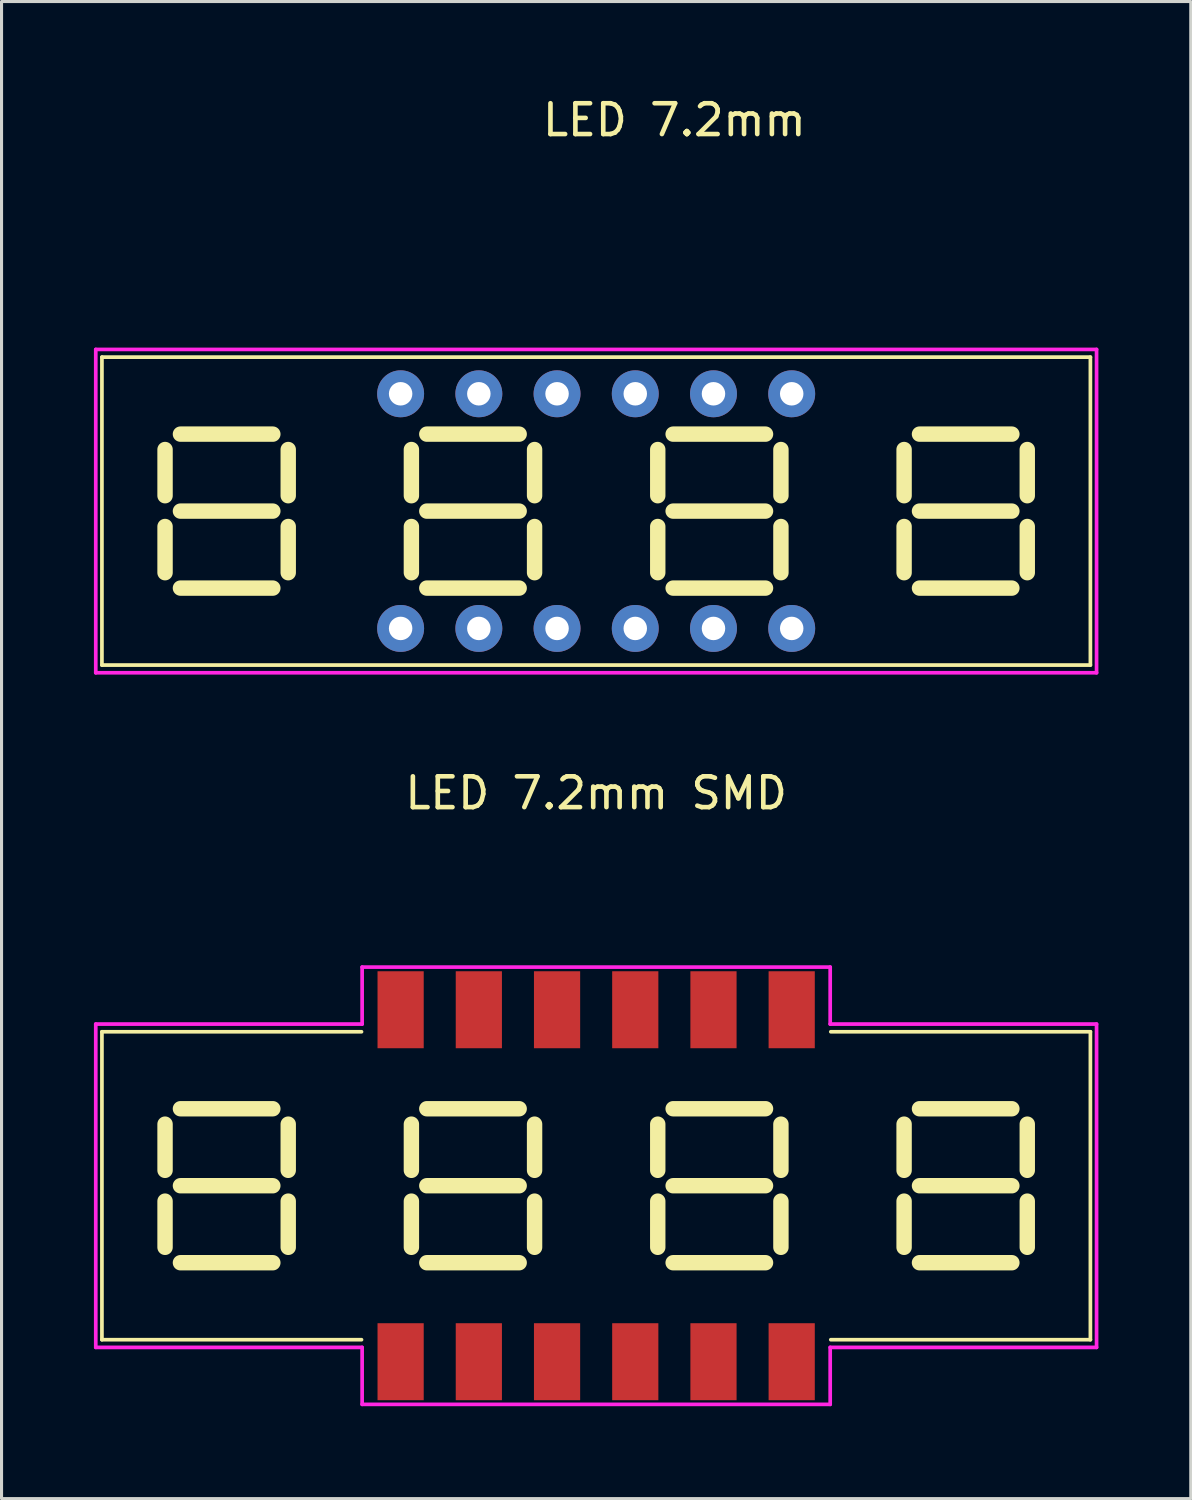
<source format=kicad_pcb>
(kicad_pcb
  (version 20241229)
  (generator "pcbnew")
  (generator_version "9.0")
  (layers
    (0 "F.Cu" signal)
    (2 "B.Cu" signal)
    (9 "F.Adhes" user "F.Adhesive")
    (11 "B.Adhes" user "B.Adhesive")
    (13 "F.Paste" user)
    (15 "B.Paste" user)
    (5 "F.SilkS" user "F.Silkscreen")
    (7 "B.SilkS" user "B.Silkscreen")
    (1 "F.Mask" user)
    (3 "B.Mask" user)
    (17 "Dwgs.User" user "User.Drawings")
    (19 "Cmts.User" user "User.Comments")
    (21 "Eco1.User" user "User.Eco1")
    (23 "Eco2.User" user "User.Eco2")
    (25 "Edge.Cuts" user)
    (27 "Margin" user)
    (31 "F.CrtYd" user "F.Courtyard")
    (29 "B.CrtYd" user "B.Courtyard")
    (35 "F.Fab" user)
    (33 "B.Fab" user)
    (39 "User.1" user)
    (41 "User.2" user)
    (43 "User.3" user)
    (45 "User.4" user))
  (footprint "LED 7.2mm"
    (layer "F.Cu")
    (at 16.31 13.548)
    (property "Reference" "LED 7.2mm" (at 2.54 -12.7 0) (unlocked yes) (layer "F.SilkS") (effects (font (size 1 1) (thickness 0.15))))
    (attr through_hole)
    (fp_line (start -16.05 -5) (end 16.05 -5) (stroke (width 0.12) (type solid)) (layer "F.SilkS"))
    (fp_line (start -16.05 5) (end -16.05 -5) (stroke (width 0.12) (type solid)) (layer "F.SilkS"))
    (fp_line (start -14 -2) (end -14 -0.5) (stroke (width 0.5) (type solid)) (layer "F.SilkS"))
    (fp_line (start -14 0.5) (end -14 2) (stroke (width 0.5) (type solid)) (layer "F.SilkS"))
    (fp_line (start -13.5 -2.5) (end -10.5 -2.5) (stroke (width 0.5) (type solid)) (layer "F.SilkS"))
    (fp_line (start -13.5 0) (end -10.5 0) (stroke (width 0.5) (type solid)) (layer "F.SilkS"))
    (fp_line (start -13.5 2.5) (end -10.5 2.5) (stroke (width 0.5) (type solid)) (layer "F.SilkS"))
    (fp_line (start -10 -2) (end -10 -0.5) (stroke (width 0.5) (type solid)) (layer "F.SilkS"))
    (fp_line (start -10 0.5) (end -10 2) (stroke (width 0.5) (type solid)) (layer "F.SilkS"))
    (fp_line (start -6 -2) (end -6 -0.5) (stroke (width 0.5) (type solid)) (layer "F.SilkS"))
    (fp_line (start -6 0.5) (end -6 2) (stroke (width 0.5) (type solid)) (layer "F.SilkS"))
    (fp_line (start -5.5 -2.5) (end -2.5 -2.5) (stroke (width 0.5) (type solid)) (layer "F.SilkS"))
    (fp_line (start -5.5 0) (end -2.5 0) (stroke (width 0.5) (type solid)) (layer "F.SilkS"))
    (fp_line (start -5.5 2.5) (end -2.5 2.5) (stroke (width 0.5) (type solid)) (layer "F.SilkS"))
    (fp_line (start -2 -2) (end -2 -0.5) (stroke (width 0.5) (type solid)) (layer "F.SilkS"))
    (fp_line (start -2 0.5) (end -2 2) (stroke (width 0.5) (type solid)) (layer "F.SilkS"))
    (fp_line (start 2 -2) (end 2 -0.5) (stroke (width 0.5) (type solid)) (layer "F.SilkS"))
    (fp_line (start 2 0.5) (end 2 2) (stroke (width 0.5) (type solid)) (layer "F.SilkS"))
    (fp_line (start 2.5 -2.5) (end 5.5 -2.5) (stroke (width 0.5) (type solid)) (layer "F.SilkS"))
    (fp_line (start 2.5 0) (end 5.5 0) (stroke (width 0.5) (type solid)) (layer "F.SilkS"))
    (fp_line (start 2.5 2.5) (end 5.5 2.5) (stroke (width 0.5) (type solid)) (layer "F.SilkS"))
    (fp_line (start 6 -2) (end 6 -0.5) (stroke (width 0.5) (type solid)) (layer "F.SilkS"))
    (fp_line (start 6 0.5) (end 6 2) (stroke (width 0.5) (type solid)) (layer "F.SilkS"))
    (fp_line (start 10 -2) (end 10 -0.5) (stroke (width 0.5) (type solid)) (layer "F.SilkS"))
    (fp_line (start 10 0.5) (end 10 2) (stroke (width 0.5) (type solid)) (layer "F.SilkS"))
    (fp_line (start 10.5 -2.5) (end 13.5 -2.5) (stroke (width 0.5) (type solid)) (layer "F.SilkS"))
    (fp_line (start 10.5 0) (end 13.5 0) (stroke (width 0.5) (type solid)) (layer "F.SilkS"))
    (fp_line (start 10.5 2.5) (end 13.5 2.5) (stroke (width 0.5) (type solid)) (layer "F.SilkS"))
    (fp_line (start 14 -2) (end 14 -0.5) (stroke (width 0.5) (type solid)) (layer "F.SilkS"))
    (fp_line (start 14 0.5) (end 14 2) (stroke (width 0.5) (type solid)) (layer "F.SilkS"))
    (fp_line (start 16.05 -5) (end 16.05 5) (stroke (width 0.12) (type solid)) (layer "F.SilkS"))
    (fp_line (start 16.05 5) (end -16.05 5) (stroke (width 0.12) (type solid)) (layer "F.SilkS"))
    (fp_line (start -16.25 -5.25) (end -16.25 5.25) (stroke (width 0.12) (type solid)) (layer "F.CrtYd"))
    (fp_line (start -16.25 5.25) (end 16.25 5.25) (stroke (width 0.12) (type solid)) (layer "F.CrtYd"))
    (fp_line (start 16.25 -5.25) (end -16.25 -5.25) (stroke (width 0.12) (type solid)) (layer "F.CrtYd"))
    (fp_line (start 16.25 5.25) (end 16.25 -5.25) (stroke (width 0.12) (type solid)) (layer "F.CrtYd"))
    (fp_line (start -8.05 -5) (end -8.05 5) (stroke (width 0.12) (type solid)) (layer "User.2"))
    (fp_line (start 0 -5) (end 0 5) (stroke (width 0.12) (type solid)) (layer "User.2"))
    (fp_line (start 8.05 -5) (end 8.05 5) (stroke (width 0.12) (type solid)) (layer "User.2"))
    (pad "1" thru_hole circle (at -6.35 3.81) (size 1.524 1.524) (drill 0.762) (layers "*.Cu" "*.Mask"))
    (pad "2" thru_hole circle (at -3.81 3.81) (size 1.524 1.524) (drill 0.762) (layers "*.Cu" "*.Mask"))
    (pad "3" thru_hole circle (at -1.27 3.81) (size 1.524 1.524) (drill 0.762) (layers "*.Cu" "*.Mask"))
    (pad "4" thru_hole circle (at 1.27 3.81) (size 1.524 1.524) (drill 0.762) (layers "*.Cu" "*.Mask"))
    (pad "5" thru_hole circle (at 3.81 3.81) (size 1.524 1.524) (drill 0.762) (layers "*.Cu" "*.Mask"))
    (pad "6" thru_hole circle (at 6.35 3.81) (size 1.524 1.524) (drill 0.762) (layers "*.Cu" "*.Mask"))
    (pad "7" thru_hole circle (at 6.35 -3.81) (size 1.524 1.524) (drill 0.762) (layers "*.Cu" "*.Mask"))
    (pad "8" thru_hole circle (at 3.81 -3.81) (size 1.524 1.524) (drill 0.762) (layers "*.Cu" "*.Mask"))
    (pad "9" thru_hole circle (at 1.27 -3.81) (size 1.524 1.524) (drill 0.762) (layers "*.Cu" "*.Mask"))
    (pad "10" thru_hole circle (at -1.27 -3.81) (size 1.524 1.524) (drill 0.762) (layers "*.Cu" "*.Mask"))
    (pad "11" thru_hole circle (at -3.81 -3.81) (size 1.524 1.524) (drill 0.762) (layers "*.Cu" "*.Mask"))
    (pad "12" thru_hole circle (at -6.35 -3.81) (size 1.524 1.524) (drill 0.762) (layers "*.Cu" "*.Mask")))
  (footprint "LED 7.2mm SMD"
    (layer "F.Cu")
    (at 16.31 35.456)
    (property "Reference" "LED 7.2mm SMD" (at 0 -12.75 0) (unlocked yes) (layer "F.SilkS") (effects (font (size 1 1) (thickness 0.15))))
    (attr smd)
    (fp_line (start -16.05 5) (end -16.05 -5) (stroke (width 0.12) (type solid)) (layer "F.SilkS"))
    (fp_line (start -14 -2) (end -14 -0.5) (stroke (width 0.5) (type solid)) (layer "F.SilkS"))
    (fp_line (start -14 0.5) (end -14 2) (stroke (width 0.5) (type solid)) (layer "F.SilkS"))
    (fp_line (start -13.5 -2.5) (end -10.5 -2.5) (stroke (width 0.5) (type solid)) (layer "F.SilkS"))
    (fp_line (start -13.5 0) (end -10.5 0) (stroke (width 0.5) (type solid)) (layer "F.SilkS"))
    (fp_line (start -13.5 2.5) (end -10.5 2.5) (stroke (width 0.5) (type solid)) (layer "F.SilkS"))
    (fp_line (start -10 -2) (end -10 -0.5) (stroke (width 0.5) (type solid)) (layer "F.SilkS"))
    (fp_line (start -10 0.5) (end -10 2) (stroke (width 0.5) (type solid)) (layer "F.SilkS"))
    (fp_line (start -7.62 -5) (end -16.05 -5) (stroke (width 0.12) (type solid)) (layer "F.SilkS"))
    (fp_line (start -7.62 5) (end -16.05 5) (stroke (width 0.12) (type solid)) (layer "F.SilkS"))
    (fp_line (start -6 -2) (end -6 -0.5) (stroke (width 0.5) (type solid)) (layer "F.SilkS"))
    (fp_line (start -6 0.5) (end -6 2) (stroke (width 0.5) (type solid)) (layer "F.SilkS"))
    (fp_line (start -5.5 -2.5) (end -2.5 -2.5) (stroke (width 0.5) (type solid)) (layer "F.SilkS"))
    (fp_line (start -5.5 0) (end -2.5 0) (stroke (width 0.5) (type solid)) (layer "F.SilkS"))
    (fp_line (start -5.5 2.5) (end -2.5 2.5) (stroke (width 0.5) (type solid)) (layer "F.SilkS"))
    (fp_line (start -2 -2) (end -2 -0.5) (stroke (width 0.5) (type solid)) (layer "F.SilkS"))
    (fp_line (start -2 0.5) (end -2 2) (stroke (width 0.5) (type solid)) (layer "F.SilkS"))
    (fp_line (start 2 -2) (end 2 -0.5) (stroke (width 0.5) (type solid)) (layer "F.SilkS"))
    (fp_line (start 2 0.5) (end 2 2) (stroke (width 0.5) (type solid)) (layer "F.SilkS"))
    (fp_line (start 2.5 -2.5) (end 5.5 -2.5) (stroke (width 0.5) (type solid)) (layer "F.SilkS"))
    (fp_line (start 2.5 0) (end 5.5 0) (stroke (width 0.5) (type solid)) (layer "F.SilkS"))
    (fp_line (start 2.5 2.5) (end 5.5 2.5) (stroke (width 0.5) (type solid)) (layer "F.SilkS"))
    (fp_line (start 6 -2) (end 6 -0.5) (stroke (width 0.5) (type solid)) (layer "F.SilkS"))
    (fp_line (start 6 0.5) (end 6 2) (stroke (width 0.5) (type solid)) (layer "F.SilkS"))
    (fp_line (start 7.62 -5) (end 16.05 -5) (stroke (width 0.12) (type solid)) (layer "F.SilkS"))
    (fp_line (start 7.62 5) (end 16.05 5) (stroke (width 0.12) (type solid)) (layer "F.SilkS"))
    (fp_line (start 10 -2) (end 10 -0.5) (stroke (width 0.5) (type solid)) (layer "F.SilkS"))
    (fp_line (start 10 0.5) (end 10 2) (stroke (width 0.5) (type solid)) (layer "F.SilkS"))
    (fp_line (start 10.5 -2.5) (end 13.5 -2.5) (stroke (width 0.5) (type solid)) (layer "F.SilkS"))
    (fp_line (start 10.5 0) (end 13.5 0) (stroke (width 0.5) (type solid)) (layer "F.SilkS"))
    (fp_line (start 10.5 2.5) (end 13.5 2.5) (stroke (width 0.5) (type solid)) (layer "F.SilkS"))
    (fp_line (start 14 -2) (end 14 -0.5) (stroke (width 0.5) (type solid)) (layer "F.SilkS"))
    (fp_line (start 14 0.5) (end 14 2) (stroke (width 0.5) (type solid)) (layer "F.SilkS"))
    (fp_line (start 16.05 -5) (end 16.05 5) (stroke (width 0.12) (type solid)) (layer "F.SilkS"))
    (fp_line (start -16.25 -5.25) (end -16.25 5.25) (stroke (width 0.12) (type solid)) (layer "F.CrtYd"))
    (fp_line (start -16.25 5.25) (end -7.6 5.25) (stroke (width 0.12) (type solid)) (layer "F.CrtYd"))
    (fp_line (start -7.6 -7.1) (end 7.6 -7.1) (stroke (width 0.12) (type solid)) (layer "F.CrtYd"))
    (fp_line (start -7.6 -5.25) (end -16.25 -5.25) (stroke (width 0.12) (type solid)) (layer "F.CrtYd"))
    (fp_line (start -7.6 -5.25) (end -7.6 -7.1) (stroke (width 0.12) (type solid)) (layer "F.CrtYd"))
    (fp_line (start -7.6 7.1) (end -7.6 5.25) (stroke (width 0.12) (type solid)) (layer "F.CrtYd"))
    (fp_line (start 7.6 -7.1) (end 7.6 -5.25) (stroke (width 0.12) (type solid)) (layer "F.CrtYd"))
    (fp_line (start 7.6 5.25) (end 7.6 7.1) (stroke (width 0.12) (type solid)) (layer "F.CrtYd"))
    (fp_line (start 7.6 5.25) (end 16.25 5.25) (stroke (width 0.12) (type solid)) (layer "F.CrtYd"))
    (fp_line (start 7.6 7.1) (end -7.6 7.1) (stroke (width 0.12) (type solid)) (layer "F.CrtYd"))
    (fp_line (start 16.25 -5.25) (end 7.6 -5.25) (stroke (width 0.12) (type solid)) (layer "F.CrtYd"))
    (fp_line (start 16.25 5.25) (end 16.25 -5.25) (stroke (width 0.12) (type solid)) (layer "F.CrtYd"))
    (fp_line (start -8.05 -5) (end -8.05 5) (stroke (width 0.12) (type solid)) (layer "User.2"))
    (fp_line (start 0 -5) (end 0 5) (stroke (width 0.12) (type solid)) (layer "User.2"))
    (fp_line (start 8.05 -5) (end 8.05 5) (stroke (width 0.12) (type solid)) (layer "User.2"))
    (pad "1" smd rect (at -6.35 5.715) (size 1.5 2.5) (layers "F.Cu" "F.Mask" "F.Paste"))
    (pad "2" smd rect (at -3.81 5.715) (size 1.5 2.5) (layers "F.Cu" "F.Mask" "F.Paste"))
    (pad "3" smd rect (at -1.27 5.715) (size 1.5 2.5) (layers "F.Cu" "F.Mask" "F.Paste"))
    (pad "4" smd rect (at 1.27 5.715) (size 1.5 2.5) (layers "F.Cu" "F.Mask" "F.Paste"))
    (pad "5" smd rect (at 3.81 5.715) (size 1.5 2.5) (layers "F.Cu" "F.Mask" "F.Paste"))
    (pad "6" smd rect (at 6.35 5.715) (size 1.5 2.5) (layers "F.Cu" "F.Mask" "F.Paste"))
    (pad "7" smd rect (at 6.35 -5.715) (size 1.5 2.5) (layers "F.Cu" "F.Mask" "F.Paste"))
    (pad "8" smd rect (at 3.81 -5.715) (size 1.5 2.5) (layers "F.Cu" "F.Mask" "F.Paste"))
    (pad "9" smd rect (at 1.27 -5.715) (size 1.5 2.5) (layers "F.Cu" "F.Mask" "F.Paste"))
    (pad "10" smd rect (at -1.27 -5.715) (size 1.5 2.5) (layers "F.Cu" "F.Mask" "F.Paste"))
    (pad "11" smd rect (at -3.81 -5.715) (size 1.5 2.5) (layers "F.Cu" "F.Mask" "F.Paste"))
    (pad "12" smd rect (at -6.35 -5.715) (size 1.5 2.5) (layers "F.Cu" "F.Mask" "F.Paste")))
  (gr_rect
    (start -3 -3)
    (end 35.62 45.617)
    (stroke (width 0.1) (type default))
    (fill no)
    (layer "Edge.Cuts")))
</source>
